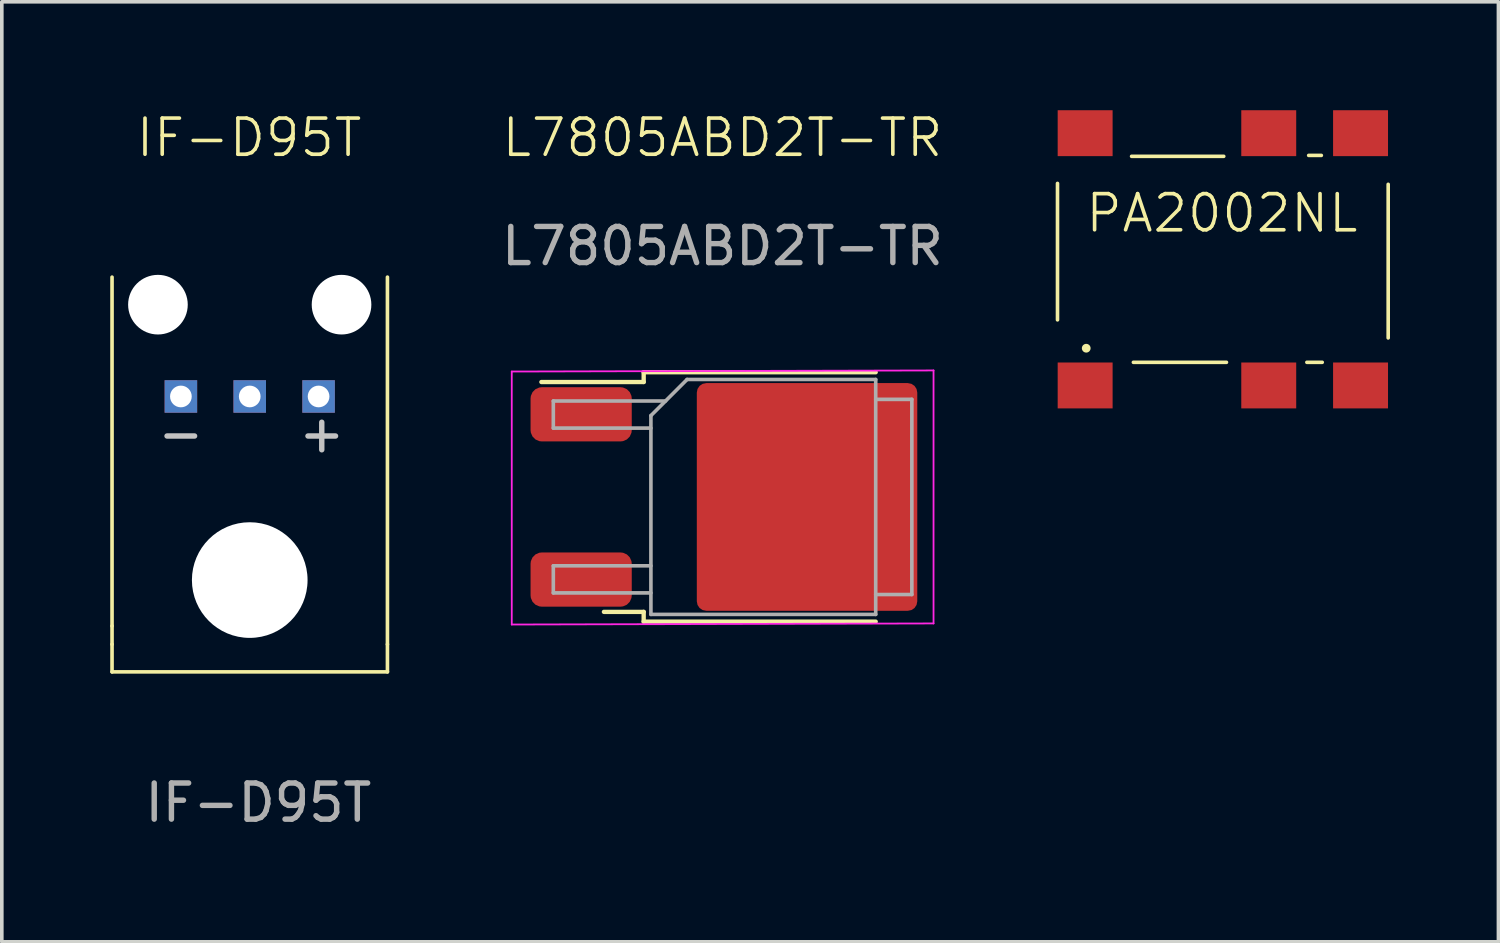
<source format=kicad_pcb>
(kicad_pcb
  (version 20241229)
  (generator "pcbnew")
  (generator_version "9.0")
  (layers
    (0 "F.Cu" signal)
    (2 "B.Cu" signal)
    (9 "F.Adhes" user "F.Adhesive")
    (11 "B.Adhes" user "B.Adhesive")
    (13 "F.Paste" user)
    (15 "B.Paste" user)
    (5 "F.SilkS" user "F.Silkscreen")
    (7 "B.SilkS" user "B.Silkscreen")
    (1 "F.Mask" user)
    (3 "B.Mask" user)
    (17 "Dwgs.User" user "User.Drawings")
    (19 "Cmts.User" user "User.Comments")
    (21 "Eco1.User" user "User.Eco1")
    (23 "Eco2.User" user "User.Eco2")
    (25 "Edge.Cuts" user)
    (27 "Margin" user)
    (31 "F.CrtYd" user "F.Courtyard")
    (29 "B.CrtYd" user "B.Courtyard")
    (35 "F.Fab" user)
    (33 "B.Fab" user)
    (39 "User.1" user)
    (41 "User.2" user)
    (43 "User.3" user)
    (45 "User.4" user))
  (footprint "PA2002NL"
    (layer "F.Cu")
    (at 30.785 4.125)
    (property "Reference" "PA2002NL" (at -0.025 -1.275 0) (unlocked yes) (layer "F.SilkS") (effects (font (size 1 1) (thickness 0.1))))
    (attr smd)
    (fp_line (start -4.575 -2.1) (end -4.575 1.675) (stroke (width 0.1) (type default)) (layer "F.SilkS"))
    (fp_line (start -2.525 -2.85) (end 0.025 -2.85) (stroke (width 0.1) (type default)) (layer "F.SilkS"))
    (fp_line (start 0.1 2.85) (end -2.475 2.85) (stroke (width 0.1) (type default)) (layer "F.SilkS"))
    (fp_line (start 2.375 -2.875) (end 2.725 -2.875) (stroke (width 0.1) (type default)) (layer "F.SilkS"))
    (fp_line (start 2.75 2.85) (end 2.325 2.85) (stroke (width 0.1) (type default)) (layer "F.SilkS"))
    (fp_line (start 4.575 -2.075) (end 4.575 2.175) (stroke (width 0.1) (type default)) (layer "F.SilkS"))
    (fp_circle (center -3.78 2.46) (end -3.709 2.46) (stroke (width 0.1) (type solid)) (fill yes) (layer "F.SilkS"))
    (pad "1" smd rect (at -3.81 3.49) (size 1.52 1.27) (layers "F.Cu" "F.Mask" "F.Paste"))
    (pad "3" smd rect (at 1.27 3.49) (size 1.52 1.27) (layers "F.Cu" "F.Paste"))
    (pad "4" smd rect (at 3.81 3.49) (size 1.52 1.27) (layers "F.Cu" "F.Mask" "F.Paste"))
    (pad "5" smd rect (at 3.81 -3.49) (size 1.52 1.27) (layers "F.Cu" "F.Mask" "F.Paste"))
    (pad "6" smd rect (at 1.27 -3.49) (size 1.52 1.27) (layers "F.Cu" "F.Paste"))
    (pad "8" smd rect (at -3.81 -3.49) (size 1.52 1.27) (layers "F.Cu" "F.Mask" "F.Paste")))
  (footprint "IF-D95T"
    (layer "F.Cu")
    (at 3.873 10.06)
    (property "Reference" "IF-D95T" (at -0.03 -9.3 0) (unlocked yes) (layer "F.SilkS") (effects (font (size 1 1) (thickness 0.1))))
    (attr through_hole)
    (fp_line (start -3.823 -5.442) (end -3.823 4.21) (stroke (width 0.1) (type default)) (layer "F.SilkS"))
    (fp_line (start -3.823 4.21) (end -3.823 4.718) (stroke (width 0.1) (type default)) (layer "F.SilkS"))
    (fp_line (start -3.823 4.718) (end -3.823 5.48) (stroke (width 0.1) (type default)) (layer "F.SilkS"))
    (fp_line (start -3.823 5.48) (end 3.797 5.48) (stroke (width 0.1) (type default)) (layer "F.SilkS"))
    (fp_line (start 3.797 -5.442) (end 3.797 4.718) (stroke (width 0.1) (type default)) (layer "F.SilkS"))
    (fp_line (start 3.797 5.48) (end 3.797 4.718) (stroke (width 0.1) (type default)) (layer "F.SilkS"))
    (fp_text user "-" (at -2.638 -0.535 0) (unlocked yes) (layer "Dwgs.User") (effects (font (size 1 1) (thickness 0.15)) (justify left bottom)))
    (fp_text user "+" (at 1.262 -0.535 0) (unlocked yes) (layer "Dwgs.User") (effects (font (size 1 1) (thickness 0.15)) (justify left bottom)))
    (fp_text user "${REFERENCE}" (at 0.225 9.1 0) (unlocked yes) (layer "F.Fab") (effects (font (size 1 1) (thickness 0.15))))
    (pad "" np_thru_hole circle (at -2.553 -4.68) (size 1.65 1.65) (drill 1.65) (layers "*.Cu" "*.Mask"))
    (pad "" np_thru_hole circle (at -0.013 2.94) (size 3.2 3.2) (drill 3.2) (layers "*.Cu" "*.Mask"))
    (pad "" np_thru_hole circle (at 2.527 -4.68) (size 1.65 1.65) (drill 1.65) (layers "*.Cu" "*.Mask"))
    (pad "1" thru_hole rect (at -1.918 -2.14) (size 0.9 0.9) (drill 0.6) (layers "*.Cu" "*.Mask"))
    (pad "2" thru_hole rect (at -0.013 -2.14) (size 0.9 0.9) (drill 0.6) (layers "*.Cu" "*.Mask"))
    (pad "3" thru_hole rect (at 1.892 -2.14) (size 0.9 0.9) (drill 0.6) (layers "*.Cu" "*.Mask")))
  (footprint "L7805ABD2T-TR"
    (layer "F.Cu")
    (at 17.02 10.7)
    (property "Reference" "L7805ABD2T-TR" (at -0.08 -9.94 0) (unlocked yes) (layer "F.SilkS") (effects (font (size 1 1) (thickness 0.1))))
    (attr smd)
    (fp_line (start -2.26 -3.45) (end -2.26 -3.18) (stroke (width 0.12) (type solid)) (layer "F.SilkS"))
    (fp_line (start -2.26 -3.18) (end -5.09 -3.18) (stroke (width 0.12) (type solid)) (layer "F.SilkS"))
    (fp_line (start -2.26 3.18) (end -3.36 3.18) (stroke (width 0.12) (type solid)) (layer "F.SilkS"))
    (fp_line (start -2.26 3.45) (end -2.26 3.18) (stroke (width 0.12) (type solid)) (layer "F.SilkS"))
    (fp_line (start 4.16 -3.45) (end -2.26 -3.45) (stroke (width 0.12) (type solid)) (layer "F.SilkS"))
    (fp_line (start 4.16 3.45) (end -2.26 3.45) (stroke (width 0.12) (type solid)) (layer "F.SilkS"))
    (fp_line (start -5.91 -3.47) (end -5.91 3.53) (stroke (width 0.05) (type solid)) (layer "F.CrtYd"))
    (fp_line (start -5.91 3.53) (end 5.76 3.5) (stroke (width 0.05) (type solid)) (layer "F.CrtYd"))
    (fp_line (start 5.76 -3.5) (end -5.91 -3.47) (stroke (width 0.05) (type solid)) (layer "F.CrtYd"))
    (fp_line (start 5.76 3.5) (end 5.76 -3.5) (stroke (width 0.05) (type solid)) (layer "F.CrtYd"))
    (fp_line (start -4.76 -2.655) (end -4.76 -1.905) (stroke (width 0.1) (type solid)) (layer "F.Fab"))
    (fp_line (start -4.76 -1.905) (end -2.06 -1.905) (stroke (width 0.1) (type solid)) (layer "F.Fab"))
    (fp_line (start -4.76 1.905) (end -4.76 2.655) (stroke (width 0.1) (type solid)) (layer "F.Fab"))
    (fp_line (start -4.76 2.655) (end -2.06 2.655) (stroke (width 0.1) (type solid)) (layer "F.Fab"))
    (fp_line (start -2.06 -2.25) (end -1.06 -3.25) (stroke (width 0.1) (type solid)) (layer "F.Fab"))
    (fp_line (start -2.06 1.905) (end -4.76 1.905) (stroke (width 0.1) (type solid)) (layer "F.Fab"))
    (fp_line (start -2.06 3.25) (end -2.06 -2.25) (stroke (width 0.1) (type solid)) (layer "F.Fab"))
    (fp_line (start -1.655 -2.655) (end -4.76 -2.655) (stroke (width 0.1) (type solid)) (layer "F.Fab"))
    (fp_line (start -1.06 -3.25) (end 4.16 -3.25) (stroke (width 0.1) (type solid)) (layer "F.Fab"))
    (fp_line (start 4.16 -3.25) (end 4.16 3.25) (stroke (width 0.1) (type solid)) (layer "F.Fab"))
    (fp_line (start 4.16 -2.7) (end 5.16 -2.7) (stroke (width 0.1) (type solid)) (layer "F.Fab"))
    (fp_line (start 4.16 3.25) (end -2.06 3.25) (stroke (width 0.1) (type solid)) (layer "F.Fab"))
    (fp_line (start 5.16 -2.7) (end 5.16 2.7) (stroke (width 0.1) (type solid)) (layer "F.Fab"))
    (fp_line (start 5.16 2.7) (end 4.16 2.7) (stroke (width 0.1) (type solid)) (layer "F.Fab"))
    (fp_text user "${REFERENCE}" (at -0.08 -6.94 0) (unlocked yes) (layer "F.Fab") (effects (font (size 1 1) (thickness 0.15))))
    (pad "1" smd roundrect (at -3.99 -2.286) (size 2.8 1.5) (layers "F.Cu" "F.Mask" "F.Paste") (roundrect_rratio 0.208))
    (pad "2" smd roundrect (at 2.26 0) (size 6.1 6.3) (layers "F.Cu" "F.Mask") (roundrect_rratio 0.043))
    (pad "3" smd roundrect (at -3.99 2.286) (size 2.8 1.5) (layers "F.Cu" "F.Mask" "F.Paste") (roundrect_rratio 0.208)))
  (gr_rect
    (start -3 -3)
    (end 38.41 23.009)
    (stroke (width 0.1) (type default))
    (fill no)
    (layer "Edge.Cuts")))
</source>
